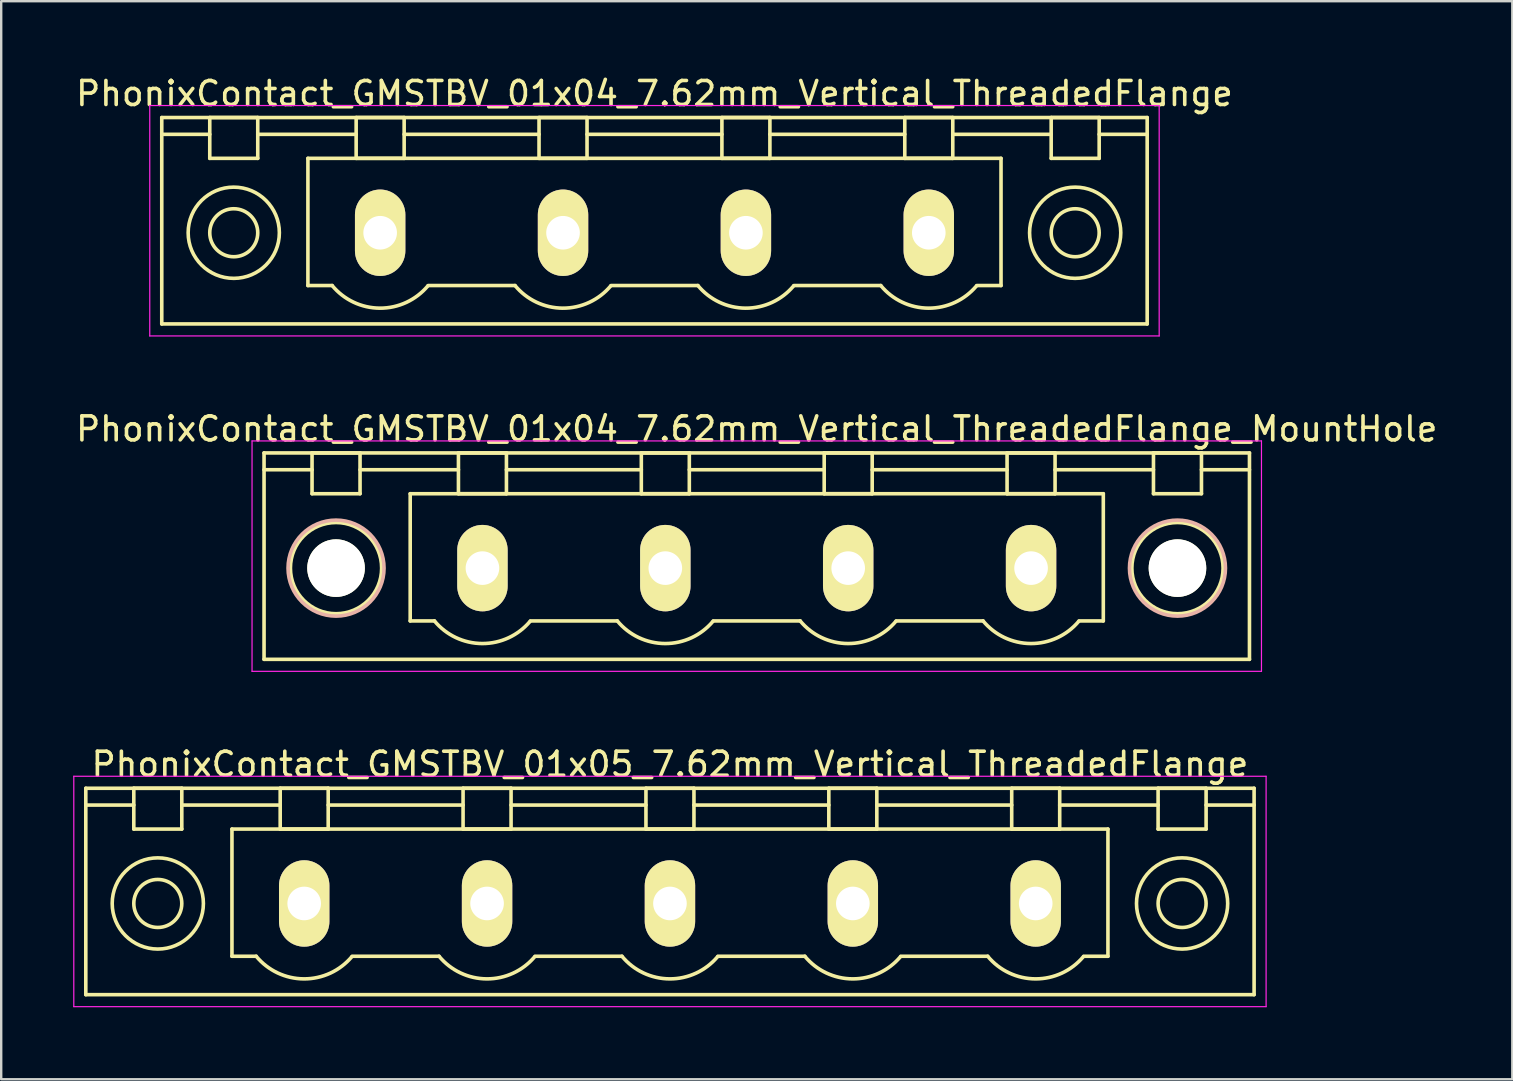
<source format=kicad_pcb>
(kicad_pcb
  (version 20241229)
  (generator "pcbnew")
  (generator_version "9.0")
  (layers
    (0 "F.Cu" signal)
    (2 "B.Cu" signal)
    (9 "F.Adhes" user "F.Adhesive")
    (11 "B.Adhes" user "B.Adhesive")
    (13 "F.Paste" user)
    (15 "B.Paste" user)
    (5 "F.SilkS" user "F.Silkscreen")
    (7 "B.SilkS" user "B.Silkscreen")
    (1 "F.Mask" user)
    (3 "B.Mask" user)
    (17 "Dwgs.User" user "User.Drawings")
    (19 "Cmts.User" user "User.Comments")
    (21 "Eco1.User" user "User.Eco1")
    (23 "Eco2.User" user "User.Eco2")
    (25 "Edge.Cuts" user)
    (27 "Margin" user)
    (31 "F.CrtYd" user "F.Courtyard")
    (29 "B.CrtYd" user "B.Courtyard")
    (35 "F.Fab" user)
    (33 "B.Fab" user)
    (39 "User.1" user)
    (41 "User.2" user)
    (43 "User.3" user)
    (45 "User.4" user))
  (footprint "PhonixContact_GMSTBV_01x04_7.62mm_Vertical_ThreadedFlange"
    (layer "F.Cu")
    (at 12.79 6.648)
    (property "Reference" "PhonixContact_GMSTBV_01x04_7.62mm_Vertical_ThreadedFlange" (at 11.43 -5.8 0) (layer "F.SilkS") (effects (font (size 1 1) (thickness 0.15))))
    (attr through_hole)
    (fp_line (start -9.1 -4.8) (end -9.1 3.8) (stroke (width 0.15) (type solid)) (layer "F.SilkS"))
    (fp_line (start -9.1 -4.1) (end -7.1 -4.1) (stroke (width 0.15) (type solid)) (layer "F.SilkS"))
    (fp_line (start -9.1 3.8) (end 31.96 3.8) (stroke (width 0.15) (type solid)) (layer "F.SilkS"))
    (fp_line (start -7.1 -4.8) (end -5.1 -4.8) (stroke (width 0.15) (type solid)) (layer "F.SilkS"))
    (fp_line (start -7.1 -3.1) (end -7.1 -4.8) (stroke (width 0.15) (type solid)) (layer "F.SilkS"))
    (fp_line (start -5.1 -4.8) (end -5.1 -3.1) (stroke (width 0.15) (type solid)) (layer "F.SilkS"))
    (fp_line (start -5.1 -4.1) (end -1 -4.1) (stroke (width 0.15) (type solid)) (layer "F.SilkS"))
    (fp_line (start -5.1 -3.1) (end -7.1 -3.1) (stroke (width 0.15) (type solid)) (layer "F.SilkS"))
    (fp_line (start -3.01 -3.1) (end 25.87 -3.1) (stroke (width 0.15) (type solid)) (layer "F.SilkS"))
    (fp_line (start -3.01 2.2) (end -3.01 -3.1) (stroke (width 0.15) (type solid)) (layer "F.SilkS"))
    (fp_line (start -2 2.2) (end -3.01 2.2) (stroke (width 0.15) (type solid)) (layer "F.SilkS"))
    (fp_line (start -1 -4.8) (end 1 -4.8) (stroke (width 0.15) (type solid)) (layer "F.SilkS"))
    (fp_line (start -1 -3.1) (end -1 -4.8) (stroke (width 0.15) (type solid)) (layer "F.SilkS"))
    (fp_line (start 1 -4.8) (end 1 -3.1) (stroke (width 0.15) (type solid)) (layer "F.SilkS"))
    (fp_line (start 1 -4.1) (end 6.62 -4.1) (stroke (width 0.15) (type solid)) (layer "F.SilkS"))
    (fp_line (start 1 -3.1) (end -1 -3.1) (stroke (width 0.15) (type solid)) (layer "F.SilkS"))
    (fp_line (start 2 2.2) (end 5.62 2.2) (stroke (width 0.15) (type solid)) (layer "F.SilkS"))
    (fp_line (start 6.62 -4.8) (end 8.62 -4.8) (stroke (width 0.15) (type solid)) (layer "F.SilkS"))
    (fp_line (start 6.62 -3.1) (end 6.62 -4.8) (stroke (width 0.15) (type solid)) (layer "F.SilkS"))
    (fp_line (start 8.62 -4.8) (end 8.62 -3.1) (stroke (width 0.15) (type solid)) (layer "F.SilkS"))
    (fp_line (start 8.62 -4.1) (end 14.24 -4.1) (stroke (width 0.15) (type solid)) (layer "F.SilkS"))
    (fp_line (start 8.62 -3.1) (end 6.62 -3.1) (stroke (width 0.15) (type solid)) (layer "F.SilkS"))
    (fp_line (start 9.62 2.2) (end 13.24 2.2) (stroke (width 0.15) (type solid)) (layer "F.SilkS"))
    (fp_line (start 14.24 -4.8) (end 16.24 -4.8) (stroke (width 0.15) (type solid)) (layer "F.SilkS"))
    (fp_line (start 14.24 -3.1) (end 14.24 -4.8) (stroke (width 0.15) (type solid)) (layer "F.SilkS"))
    (fp_line (start 16.24 -4.8) (end 16.24 -3.1) (stroke (width 0.15) (type solid)) (layer "F.SilkS"))
    (fp_line (start 16.24 -4.1) (end 21.86 -4.1) (stroke (width 0.15) (type solid)) (layer "F.SilkS"))
    (fp_line (start 16.24 -3.1) (end 14.24 -3.1) (stroke (width 0.15) (type solid)) (layer "F.SilkS"))
    (fp_line (start 17.24 2.2) (end 20.86 2.2) (stroke (width 0.15) (type solid)) (layer "F.SilkS"))
    (fp_line (start 21.86 -4.8) (end 23.86 -4.8) (stroke (width 0.15) (type solid)) (layer "F.SilkS"))
    (fp_line (start 21.86 -3.1) (end 21.86 -4.8) (stroke (width 0.15) (type solid)) (layer "F.SilkS"))
    (fp_line (start 23.86 -4.8) (end 23.86 -3.1) (stroke (width 0.15) (type solid)) (layer "F.SilkS"))
    (fp_line (start 23.86 -4.1) (end 27.96 -4.1) (stroke (width 0.15) (type solid)) (layer "F.SilkS"))
    (fp_line (start 23.86 -3.1) (end 21.86 -3.1) (stroke (width 0.15) (type solid)) (layer "F.SilkS"))
    (fp_line (start 25.87 -3.1) (end 25.87 2.2) (stroke (width 0.15) (type solid)) (layer "F.SilkS"))
    (fp_line (start 25.87 2.2) (end 24.86 2.2) (stroke (width 0.15) (type solid)) (layer "F.SilkS"))
    (fp_line (start 27.96 -4.8) (end 29.96 -4.8) (stroke (width 0.15) (type solid)) (layer "F.SilkS"))
    (fp_line (start 27.96 -3.1) (end 27.96 -4.8) (stroke (width 0.15) (type solid)) (layer "F.SilkS"))
    (fp_line (start 29.96 -4.8) (end 29.96 -3.1) (stroke (width 0.15) (type solid)) (layer "F.SilkS"))
    (fp_line (start 29.96 -3.1) (end 27.96 -3.1) (stroke (width 0.15) (type solid)) (layer "F.SilkS"))
    (fp_line (start 31.96 -4.8) (end -9.1 -4.8) (stroke (width 0.15) (type solid)) (layer "F.SilkS"))
    (fp_line (start 31.96 -4.1) (end 29.96 -4.1) (stroke (width 0.15) (type solid)) (layer "F.SilkS"))
    (fp_line (start 31.96 3.8) (end 31.96 -4.8) (stroke (width 0.15) (type solid)) (layer "F.SilkS"))
    (fp_arc (start 1.986842 2.215821) (mid -0.010289 3.142758) (end -2 2.2) (stroke (width 0.15) (type solid)) (layer "F.SilkS"))
    (fp_arc (start 9.606842 2.215821) (mid 7.609711 3.142758) (end 5.62 2.2) (stroke (width 0.15) (type solid)) (layer "F.SilkS"))
    (fp_arc (start 17.226842 2.215821) (mid 15.229711 3.142758) (end 13.24 2.2) (stroke (width 0.15) (type solid)) (layer "F.SilkS"))
    (fp_arc (start 24.846842 2.215821) (mid 22.849711 3.142758) (end 20.86 2.2) (stroke (width 0.15) (type solid)) (layer "F.SilkS"))
    (fp_circle (center -6.1 0) (end -5.1 0) (stroke (width 0.15) (type solid)) (fill no) (layer "F.SilkS"))
    (fp_circle (center -6.1 0) (end -4.2 0) (stroke (width 0.15) (type solid)) (fill no) (layer "F.SilkS"))
    (fp_circle (center 28.96 0) (end 29.96 0) (stroke (width 0.15) (type solid)) (fill no) (layer "F.SilkS"))
    (fp_circle (center 28.96 0) (end 30.86 0) (stroke (width 0.15) (type solid)) (fill no) (layer "F.SilkS"))
    (fp_line (start -9.6 -5.3) (end -9.6 4.3) (stroke (width 0.05) (type solid)) (layer "F.CrtYd"))
    (fp_line (start -9.6 4.3) (end 32.46 4.3) (stroke (width 0.05) (type solid)) (layer "F.CrtYd"))
    (fp_line (start 32.46 -5.3) (end -9.6 -5.3) (stroke (width 0.05) (type solid)) (layer "F.CrtYd"))
    (fp_line (start 32.46 4.3) (end 32.46 -5.3) (stroke (width 0.05) (type solid)) (layer "F.CrtYd"))
    (pad "1" thru_hole oval (at 0 0) (size 2.1 3.6) (drill 1.4) (layers "*.Cu" "*.Mask" "F.SilkS"))
    (pad "2" thru_hole oval (at 7.62 0) (size 2.1 3.6) (drill 1.4) (layers "*.Cu" "*.Mask" "F.SilkS"))
    (pad "3" thru_hole oval (at 15.24 0) (size 2.1 3.6) (drill 1.4) (layers "*.Cu" "*.Mask" "F.SilkS"))
    (pad "4" thru_hole oval (at 22.86 0) (size 2.1 3.6) (drill 1.4) (layers "*.Cu" "*.Mask" "F.SilkS")))
  (footprint "PhonixContact_GMSTBV_01x05_7.62mm_Vertical_ThreadedFlange"
    (layer "F.Cu")
    (at 9.625 34.595)
    (property "Reference" "PhonixContact_GMSTBV_01x05_7.62mm_Vertical_ThreadedFlange" (at 15.24 -5.8 0) (layer "F.SilkS") (effects (font (size 1 1) (thickness 0.15))))
    (attr through_hole)
    (fp_line (start -9.1 -4.8) (end -9.1 3.8) (stroke (width 0.15) (type solid)) (layer "F.SilkS"))
    (fp_line (start -9.1 -4.1) (end -7.1 -4.1) (stroke (width 0.15) (type solid)) (layer "F.SilkS"))
    (fp_line (start -9.1 3.8) (end 39.58 3.8) (stroke (width 0.15) (type solid)) (layer "F.SilkS"))
    (fp_line (start -7.1 -4.8) (end -5.1 -4.8) (stroke (width 0.15) (type solid)) (layer "F.SilkS"))
    (fp_line (start -7.1 -3.1) (end -7.1 -4.8) (stroke (width 0.15) (type solid)) (layer "F.SilkS"))
    (fp_line (start -5.1 -4.8) (end -5.1 -3.1) (stroke (width 0.15) (type solid)) (layer "F.SilkS"))
    (fp_line (start -5.1 -4.1) (end -1 -4.1) (stroke (width 0.15) (type solid)) (layer "F.SilkS"))
    (fp_line (start -5.1 -3.1) (end -7.1 -3.1) (stroke (width 0.15) (type solid)) (layer "F.SilkS"))
    (fp_line (start -3.01 -3.1) (end 33.49 -3.1) (stroke (width 0.15) (type solid)) (layer "F.SilkS"))
    (fp_line (start -3.01 2.2) (end -3.01 -3.1) (stroke (width 0.15) (type solid)) (layer "F.SilkS"))
    (fp_line (start -2 2.2) (end -3.01 2.2) (stroke (width 0.15) (type solid)) (layer "F.SilkS"))
    (fp_line (start -1 -4.8) (end 1 -4.8) (stroke (width 0.15) (type solid)) (layer "F.SilkS"))
    (fp_line (start -1 -3.1) (end -1 -4.8) (stroke (width 0.15) (type solid)) (layer "F.SilkS"))
    (fp_line (start 1 -4.8) (end 1 -3.1) (stroke (width 0.15) (type solid)) (layer "F.SilkS"))
    (fp_line (start 1 -4.1) (end 6.62 -4.1) (stroke (width 0.15) (type solid)) (layer "F.SilkS"))
    (fp_line (start 1 -3.1) (end -1 -3.1) (stroke (width 0.15) (type solid)) (layer "F.SilkS"))
    (fp_line (start 2 2.2) (end 5.62 2.2) (stroke (width 0.15) (type solid)) (layer "F.SilkS"))
    (fp_line (start 6.62 -4.8) (end 8.62 -4.8) (stroke (width 0.15) (type solid)) (layer "F.SilkS"))
    (fp_line (start 6.62 -3.1) (end 6.62 -4.8) (stroke (width 0.15) (type solid)) (layer "F.SilkS"))
    (fp_line (start 8.62 -4.8) (end 8.62 -3.1) (stroke (width 0.15) (type solid)) (layer "F.SilkS"))
    (fp_line (start 8.62 -4.1) (end 14.24 -4.1) (stroke (width 0.15) (type solid)) (layer "F.SilkS"))
    (fp_line (start 8.62 -3.1) (end 6.62 -3.1) (stroke (width 0.15) (type solid)) (layer "F.SilkS"))
    (fp_line (start 9.62 2.2) (end 13.24 2.2) (stroke (width 0.15) (type solid)) (layer "F.SilkS"))
    (fp_line (start 14.24 -4.8) (end 16.24 -4.8) (stroke (width 0.15) (type solid)) (layer "F.SilkS"))
    (fp_line (start 14.24 -3.1) (end 14.24 -4.8) (stroke (width 0.15) (type solid)) (layer "F.SilkS"))
    (fp_line (start 16.24 -4.8) (end 16.24 -3.1) (stroke (width 0.15) (type solid)) (layer "F.SilkS"))
    (fp_line (start 16.24 -4.1) (end 21.86 -4.1) (stroke (width 0.15) (type solid)) (layer "F.SilkS"))
    (fp_line (start 16.24 -3.1) (end 14.24 -3.1) (stroke (width 0.15) (type solid)) (layer "F.SilkS"))
    (fp_line (start 17.24 2.2) (end 20.86 2.2) (stroke (width 0.15) (type solid)) (layer "F.SilkS"))
    (fp_line (start 21.86 -4.8) (end 23.86 -4.8) (stroke (width 0.15) (type solid)) (layer "F.SilkS"))
    (fp_line (start 21.86 -3.1) (end 21.86 -4.8) (stroke (width 0.15) (type solid)) (layer "F.SilkS"))
    (fp_line (start 23.86 -4.8) (end 23.86 -3.1) (stroke (width 0.15) (type solid)) (layer "F.SilkS"))
    (fp_line (start 23.86 -4.1) (end 29.48 -4.1) (stroke (width 0.15) (type solid)) (layer "F.SilkS"))
    (fp_line (start 23.86 -3.1) (end 21.86 -3.1) (stroke (width 0.15) (type solid)) (layer "F.SilkS"))
    (fp_line (start 24.86 2.2) (end 28.48 2.2) (stroke (width 0.15) (type solid)) (layer "F.SilkS"))
    (fp_line (start 29.48 -4.8) (end 31.48 -4.8) (stroke (width 0.15) (type solid)) (layer "F.SilkS"))
    (fp_line (start 29.48 -3.1) (end 29.48 -4.8) (stroke (width 0.15) (type solid)) (layer "F.SilkS"))
    (fp_line (start 31.48 -4.8) (end 31.48 -3.1) (stroke (width 0.15) (type solid)) (layer "F.SilkS"))
    (fp_line (start 31.48 -4.1) (end 35.58 -4.1) (stroke (width 0.15) (type solid)) (layer "F.SilkS"))
    (fp_line (start 31.48 -3.1) (end 29.48 -3.1) (stroke (width 0.15) (type solid)) (layer "F.SilkS"))
    (fp_line (start 33.49 -3.1) (end 33.49 2.2) (stroke (width 0.15) (type solid)) (layer "F.SilkS"))
    (fp_line (start 33.49 2.2) (end 32.48 2.2) (stroke (width 0.15) (type solid)) (layer "F.SilkS"))
    (fp_line (start 35.58 -4.8) (end 37.58 -4.8) (stroke (width 0.15) (type solid)) (layer "F.SilkS"))
    (fp_line (start 35.58 -3.1) (end 35.58 -4.8) (stroke (width 0.15) (type solid)) (layer "F.SilkS"))
    (fp_line (start 37.58 -4.8) (end 37.58 -3.1) (stroke (width 0.15) (type solid)) (layer "F.SilkS"))
    (fp_line (start 37.58 -3.1) (end 35.58 -3.1) (stroke (width 0.15) (type solid)) (layer "F.SilkS"))
    (fp_line (start 39.58 -4.8) (end -9.1 -4.8) (stroke (width 0.15) (type solid)) (layer "F.SilkS"))
    (fp_line (start 39.58 -4.1) (end 37.58 -4.1) (stroke (width 0.15) (type solid)) (layer "F.SilkS"))
    (fp_line (start 39.58 3.8) (end 39.58 -4.8) (stroke (width 0.15) (type solid)) (layer "F.SilkS"))
    (fp_arc (start 1.986842 2.215821) (mid -0.010289 3.142758) (end -2 2.2) (stroke (width 0.15) (type solid)) (layer "F.SilkS"))
    (fp_arc (start 9.606842 2.215821) (mid 7.609711 3.142758) (end 5.62 2.2) (stroke (width 0.15) (type solid)) (layer "F.SilkS"))
    (fp_arc (start 17.226842 2.215821) (mid 15.229711 3.142758) (end 13.24 2.2) (stroke (width 0.15) (type solid)) (layer "F.SilkS"))
    (fp_arc (start 24.846842 2.215821) (mid 22.849711 3.142758) (end 20.86 2.2) (stroke (width 0.15) (type solid)) (layer "F.SilkS"))
    (fp_arc (start 32.466842 2.215821) (mid 30.469711 3.142758) (end 28.48 2.2) (stroke (width 0.15) (type solid)) (layer "F.SilkS"))
    (fp_circle (center -6.1 0) (end -5.1 0) (stroke (width 0.15) (type solid)) (fill no) (layer "F.SilkS"))
    (fp_circle (center -6.1 0) (end -4.2 0) (stroke (width 0.15) (type solid)) (fill no) (layer "F.SilkS"))
    (fp_circle (center 36.58 0) (end 37.58 0) (stroke (width 0.15) (type solid)) (fill no) (layer "F.SilkS"))
    (fp_circle (center 36.58 0) (end 38.48 0) (stroke (width 0.15) (type solid)) (fill no) (layer "F.SilkS"))
    (fp_line (start -9.6 -5.3) (end -9.6 4.3) (stroke (width 0.05) (type solid)) (layer "F.CrtYd"))
    (fp_line (start -9.6 4.3) (end 40.08 4.3) (stroke (width 0.05) (type solid)) (layer "F.CrtYd"))
    (fp_line (start 40.08 -5.3) (end -9.6 -5.3) (stroke (width 0.05) (type solid)) (layer "F.CrtYd"))
    (fp_line (start 40.08 4.3) (end 40.08 -5.3) (stroke (width 0.05) (type solid)) (layer "F.CrtYd"))
    (pad "1" thru_hole oval (at 0 0) (size 2.1 3.6) (drill 1.4) (layers "*.Cu" "*.Mask" "F.SilkS"))
    (pad "2" thru_hole oval (at 7.62 0) (size 2.1 3.6) (drill 1.4) (layers "*.Cu" "*.Mask" "F.SilkS"))
    (pad "3" thru_hole oval (at 15.24 0) (size 2.1 3.6) (drill 1.4) (layers "*.Cu" "*.Mask" "F.SilkS"))
    (pad "4" thru_hole oval (at 22.86 0) (size 2.1 3.6) (drill 1.4) (layers "*.Cu" "*.Mask" "F.SilkS"))
    (pad "5" thru_hole oval (at 30.48 0) (size 2.1 3.6) (drill 1.4) (layers "*.Cu" "*.Mask" "F.SilkS")))
  (footprint "PhonixContact_GMSTBV_01x04_7.62mm_Vertical_ThreadedFlange_MountHole"
    (layer "F.Cu")
    (at 17.052 20.622)
    (property "Reference" "PhonixContact_GMSTBV_01x04_7.62mm_Vertical_ThreadedFlange_MountHole" (at 11.43 -5.8 0) (layer "F.SilkS") (effects (font (size 1 1) (thickness 0.15))))
    (attr through_hole)
    (fp_line (start -9.1 -4.8) (end -9.1 3.8) (stroke (width 0.15) (type solid)) (layer "F.SilkS"))
    (fp_line (start -9.1 -4.1) (end -7.1 -4.1) (stroke (width 0.15) (type solid)) (layer "F.SilkS"))
    (fp_line (start -9.1 3.8) (end 31.96 3.8) (stroke (width 0.15) (type solid)) (layer "F.SilkS"))
    (fp_line (start -7.1 -4.8) (end -5.1 -4.8) (stroke (width 0.15) (type solid)) (layer "F.SilkS"))
    (fp_line (start -7.1 -3.1) (end -7.1 -4.8) (stroke (width 0.15) (type solid)) (layer "F.SilkS"))
    (fp_line (start -5.1 -4.8) (end -5.1 -3.1) (stroke (width 0.15) (type solid)) (layer "F.SilkS"))
    (fp_line (start -5.1 -4.1) (end -1 -4.1) (stroke (width 0.15) (type solid)) (layer "F.SilkS"))
    (fp_line (start -5.1 -3.1) (end -7.1 -3.1) (stroke (width 0.15) (type solid)) (layer "F.SilkS"))
    (fp_line (start -3.01 -3.1) (end 25.87 -3.1) (stroke (width 0.15) (type solid)) (layer "F.SilkS"))
    (fp_line (start -3.01 2.2) (end -3.01 -3.1) (stroke (width 0.15) (type solid)) (layer "F.SilkS"))
    (fp_line (start -2 2.2) (end -3.01 2.2) (stroke (width 0.15) (type solid)) (layer "F.SilkS"))
    (fp_line (start -1 -4.8) (end 1 -4.8) (stroke (width 0.15) (type solid)) (layer "F.SilkS"))
    (fp_line (start -1 -3.1) (end -1 -4.8) (stroke (width 0.15) (type solid)) (layer "F.SilkS"))
    (fp_line (start 1 -4.8) (end 1 -3.1) (stroke (width 0.15) (type solid)) (layer "F.SilkS"))
    (fp_line (start 1 -4.1) (end 6.62 -4.1) (stroke (width 0.15) (type solid)) (layer "F.SilkS"))
    (fp_line (start 1 -3.1) (end -1 -3.1) (stroke (width 0.15) (type solid)) (layer "F.SilkS"))
    (fp_line (start 2 2.2) (end 5.62 2.2) (stroke (width 0.15) (type solid)) (layer "F.SilkS"))
    (fp_line (start 6.62 -4.8) (end 8.62 -4.8) (stroke (width 0.15) (type solid)) (layer "F.SilkS"))
    (fp_line (start 6.62 -3.1) (end 6.62 -4.8) (stroke (width 0.15) (type solid)) (layer "F.SilkS"))
    (fp_line (start 8.62 -4.8) (end 8.62 -3.1) (stroke (width 0.15) (type solid)) (layer "F.SilkS"))
    (fp_line (start 8.62 -4.1) (end 14.24 -4.1) (stroke (width 0.15) (type solid)) (layer "F.SilkS"))
    (fp_line (start 8.62 -3.1) (end 6.62 -3.1) (stroke (width 0.15) (type solid)) (layer "F.SilkS"))
    (fp_line (start 9.62 2.2) (end 13.24 2.2) (stroke (width 0.15) (type solid)) (layer "F.SilkS"))
    (fp_line (start 14.24 -4.8) (end 16.24 -4.8) (stroke (width 0.15) (type solid)) (layer "F.SilkS"))
    (fp_line (start 14.24 -3.1) (end 14.24 -4.8) (stroke (width 0.15) (type solid)) (layer "F.SilkS"))
    (fp_line (start 16.24 -4.8) (end 16.24 -3.1) (stroke (width 0.15) (type solid)) (layer "F.SilkS"))
    (fp_line (start 16.24 -4.1) (end 21.86 -4.1) (stroke (width 0.15) (type solid)) (layer "F.SilkS"))
    (fp_line (start 16.24 -3.1) (end 14.24 -3.1) (stroke (width 0.15) (type solid)) (layer "F.SilkS"))
    (fp_line (start 17.24 2.2) (end 20.86 2.2) (stroke (width 0.15) (type solid)) (layer "F.SilkS"))
    (fp_line (start 21.86 -4.8) (end 23.86 -4.8) (stroke (width 0.15) (type solid)) (layer "F.SilkS"))
    (fp_line (start 21.86 -3.1) (end 21.86 -4.8) (stroke (width 0.15) (type solid)) (layer "F.SilkS"))
    (fp_line (start 23.86 -4.8) (end 23.86 -3.1) (stroke (width 0.15) (type solid)) (layer "F.SilkS"))
    (fp_line (start 23.86 -4.1) (end 27.96 -4.1) (stroke (width 0.15) (type solid)) (layer "F.SilkS"))
    (fp_line (start 23.86 -3.1) (end 21.86 -3.1) (stroke (width 0.15) (type solid)) (layer "F.SilkS"))
    (fp_line (start 25.87 -3.1) (end 25.87 2.2) (stroke (width 0.15) (type solid)) (layer "F.SilkS"))
    (fp_line (start 25.87 2.2) (end 24.86 2.2) (stroke (width 0.15) (type solid)) (layer "F.SilkS"))
    (fp_line (start 27.96 -4.8) (end 29.96 -4.8) (stroke (width 0.15) (type solid)) (layer "F.SilkS"))
    (fp_line (start 27.96 -3.1) (end 27.96 -4.8) (stroke (width 0.15) (type solid)) (layer "F.SilkS"))
    (fp_line (start 29.96 -4.8) (end 29.96 -3.1) (stroke (width 0.15) (type solid)) (layer "F.SilkS"))
    (fp_line (start 29.96 -3.1) (end 27.96 -3.1) (stroke (width 0.15) (type solid)) (layer "F.SilkS"))
    (fp_line (start 31.96 -4.8) (end -9.1 -4.8) (stroke (width 0.15) (type solid)) (layer "F.SilkS"))
    (fp_line (start 31.96 -4.1) (end 29.96 -4.1) (stroke (width 0.15) (type solid)) (layer "F.SilkS"))
    (fp_line (start 31.96 3.8) (end 31.96 -4.8) (stroke (width 0.15) (type solid)) (layer "F.SilkS"))
    (fp_arc (start 1.986842 2.215821) (mid -0.010289 3.142758) (end -2 2.2) (stroke (width 0.15) (type solid)) (layer "F.SilkS"))
    (fp_arc (start 9.606842 2.215821) (mid 7.609711 3.142758) (end 5.62 2.2) (stroke (width 0.15) (type solid)) (layer "F.SilkS"))
    (fp_arc (start 17.226842 2.215821) (mid 15.229711 3.142758) (end 13.24 2.2) (stroke (width 0.15) (type solid)) (layer "F.SilkS"))
    (fp_arc (start 24.846842 2.215821) (mid 22.849711 3.142758) (end 20.86 2.2) (stroke (width 0.15) (type solid)) (layer "F.SilkS"))
    (fp_circle (center -6.1 0) (end -5.1 0) (stroke (width 0.15) (type solid)) (fill no) (layer "F.SilkS"))
    (fp_circle (center -6.1 0) (end -4.2 0) (stroke (width 0.15) (type solid)) (fill no) (layer "F.SilkS"))
    (fp_circle (center 28.96 0) (end 29.96 0) (stroke (width 0.15) (type solid)) (fill no) (layer "F.SilkS"))
    (fp_circle (center 28.96 0) (end 30.86 0) (stroke (width 0.15) (type solid)) (fill no) (layer "F.SilkS"))
    (fp_circle (center -6.1 0) (end -4.1 0) (stroke (width 0.15) (type solid)) (fill no) (layer "B.SilkS"))
    (fp_circle (center 28.96 0) (end 30.96 0) (stroke (width 0.15) (type solid)) (fill no) (layer "B.SilkS"))
    (fp_line (start -9.6 -5.3) (end -9.6 4.3) (stroke (width 0.05) (type solid)) (layer "F.CrtYd"))
    (fp_line (start -9.6 4.3) (end 32.46 4.3) (stroke (width 0.05) (type solid)) (layer "F.CrtYd"))
    (fp_line (start 32.46 -5.3) (end -9.6 -5.3) (stroke (width 0.05) (type solid)) (layer "F.CrtYd"))
    (fp_line (start 32.46 4.3) (end 32.46 -5.3) (stroke (width 0.05) (type solid)) (layer "F.CrtYd"))
    (pad "" np_thru_hole circle (at -6.1 0) (size 2.4 2.4) (drill 2.4) (layers "*.Cu" "*.Mask" "F.SilkS"))
    (pad "" np_thru_hole circle (at 28.96 0) (size 2.4 2.4) (drill 2.4) (layers "*.Cu" "*.Mask" "F.SilkS"))
    (pad "1" thru_hole oval (at 0 0) (size 2.1 3.6) (drill 1.4) (layers "*.Cu" "*.Mask" "F.SilkS"))
    (pad "2" thru_hole oval (at 7.62 0) (size 2.1 3.6) (drill 1.4) (layers "*.Cu" "*.Mask" "F.SilkS"))
    (pad "3" thru_hole oval (at 15.24 0) (size 2.1 3.6) (drill 1.4) (layers "*.Cu" "*.Mask" "F.SilkS"))
    (pad "4" thru_hole oval (at 22.86 0) (size 2.1 3.6) (drill 1.4) (layers "*.Cu" "*.Mask" "F.SilkS")))
  (gr_rect
    (start -3 -3)
    (end 59.964 41.92)
    (stroke (width 0.1) (type default))
    (fill no)
    (layer "Edge.Cuts")))
</source>
